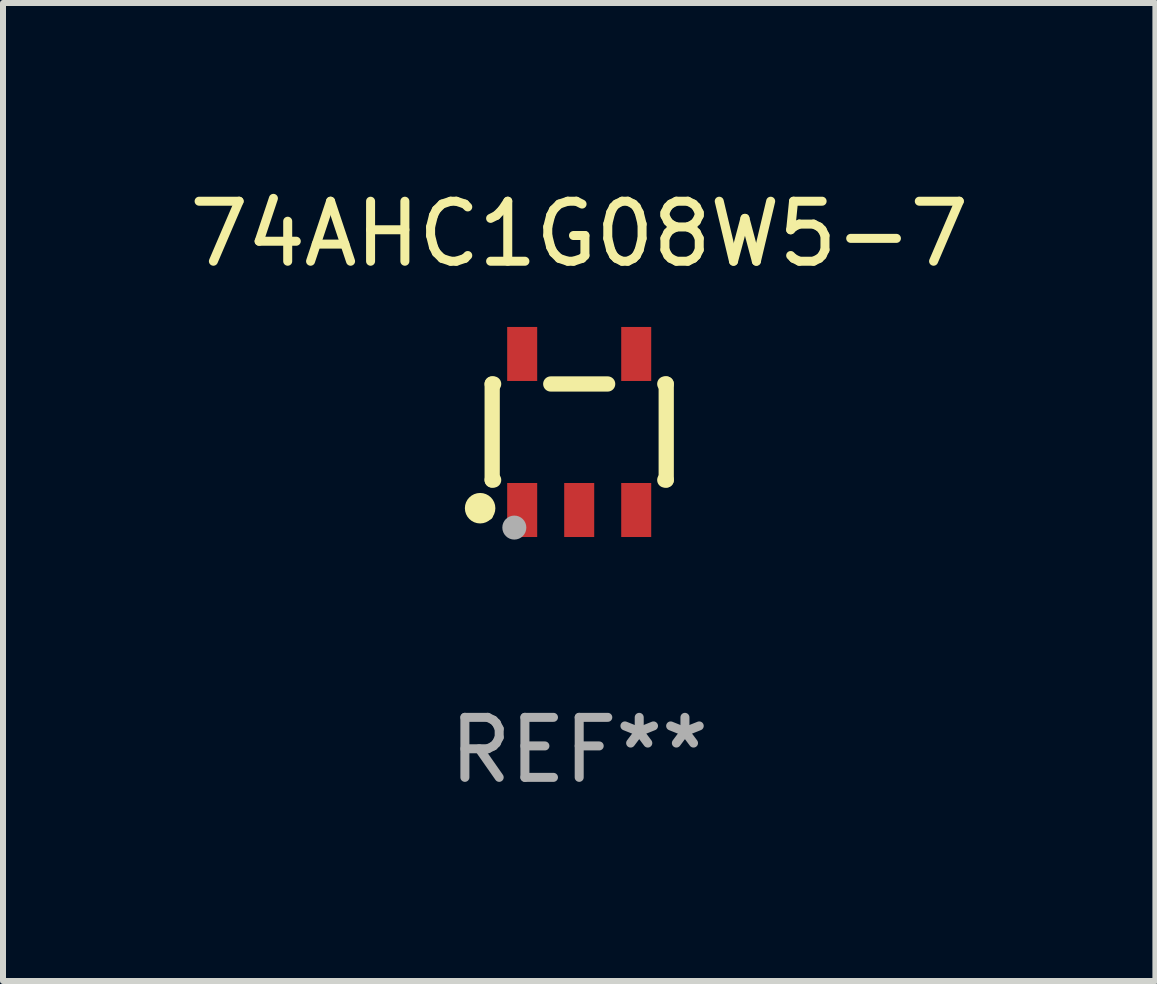
<source format=kicad_pcb>
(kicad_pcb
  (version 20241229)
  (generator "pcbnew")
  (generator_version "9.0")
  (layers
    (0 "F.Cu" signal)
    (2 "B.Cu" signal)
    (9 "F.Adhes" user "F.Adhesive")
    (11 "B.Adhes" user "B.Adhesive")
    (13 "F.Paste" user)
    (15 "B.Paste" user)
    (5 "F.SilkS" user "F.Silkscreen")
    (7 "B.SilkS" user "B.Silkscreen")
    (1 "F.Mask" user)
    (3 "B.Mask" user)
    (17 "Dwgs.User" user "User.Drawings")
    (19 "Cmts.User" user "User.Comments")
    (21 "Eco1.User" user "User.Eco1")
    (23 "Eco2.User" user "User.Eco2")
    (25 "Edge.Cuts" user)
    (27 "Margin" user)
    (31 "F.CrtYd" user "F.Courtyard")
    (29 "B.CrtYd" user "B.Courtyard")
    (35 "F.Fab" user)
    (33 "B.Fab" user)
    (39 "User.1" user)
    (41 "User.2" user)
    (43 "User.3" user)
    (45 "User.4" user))
  (footprint "74AHC1G08W5-7"
    (layer "F.Cu")
    (at 6.601 4.148)
    (property "Reference" "74AHC1G08W5-7" (at 0 -3.3 0) (layer "F.SilkS") (effects (font (size 1 1) (thickness 0.15))))
    (attr through_hole)
    (fp_line (start -1.45 0.8) (end -1.45 -0.8) (stroke (width 0.254) (type solid)) (layer "F.SilkS"))
    (fp_line (start -1.45 0.8) (end -1.426 0.8) (stroke (width 0.254) (type solid)) (layer "F.SilkS"))
    (fp_line (start -1.426 -0.8) (end -1.45 -0.8) (stroke (width 0.254) (type solid)) (layer "F.SilkS"))
    (fp_line (start 0.474 -0.8) (end -0.474 -0.8) (stroke (width 0.254) (type solid)) (layer "F.SilkS"))
    (fp_line (start 1.426 0.8) (end 1.45 0.8) (stroke (width 0.254) (type solid)) (layer "F.SilkS"))
    (fp_line (start 1.45 -0.8) (end 1.426 -0.8) (stroke (width 0.254) (type solid)) (layer "F.SilkS"))
    (fp_line (start 1.45 0.8) (end 1.45 -0.8) (stroke (width 0.254) (type solid)) (layer "F.SilkS"))
    (fp_circle (center -1.651 1.27) (end -1.524 1.27) (stroke (width 0.254) (type solid)) (fill no) (layer "F.SilkS"))
    (fp_circle (center -1.5 1.4) (end -1.47 1.4) (stroke (width 0.06) (type solid)) (fill no) (layer "F.SilkS"))
    (fp_circle (center -1.081 1.593) (end -0.981 1.593) (stroke (width 0.2) (type solid)) (fill no) (layer "F.Fab"))
    (fp_text user "REF**" (at 0 5.3 0) (layer "F.Fab") (effects (font (size 1 1) (thickness 0.15))))
    (pad "1" smd rect (at -0.95 1.3) (size 0.5 0.9) (layers "F.Cu" "F.Mask" "F.Paste"))
    (pad "2" smd rect (at 0 1.3) (size 0.5 0.9) (layers "F.Cu" "F.Mask" "F.Paste"))
    (pad "3" smd rect (at 0.95 1.3) (size 0.5 0.9) (layers "F.Cu" "F.Mask" "F.Paste"))
    (pad "4" smd rect (at 0.95 -1.3) (size 0.5 0.9) (layers "F.Cu" "F.Mask" "F.Paste"))
    (pad "5" smd rect (at -0.95 -1.3) (size 0.5 0.9) (layers "F.Cu" "F.Mask" "F.Paste")))
  (gr_rect
    (start -3 -3)
    (end 16.202 13.296)
    (stroke (width 0.1) (type default))
    (fill no)
    (layer "Edge.Cuts")))
</source>
